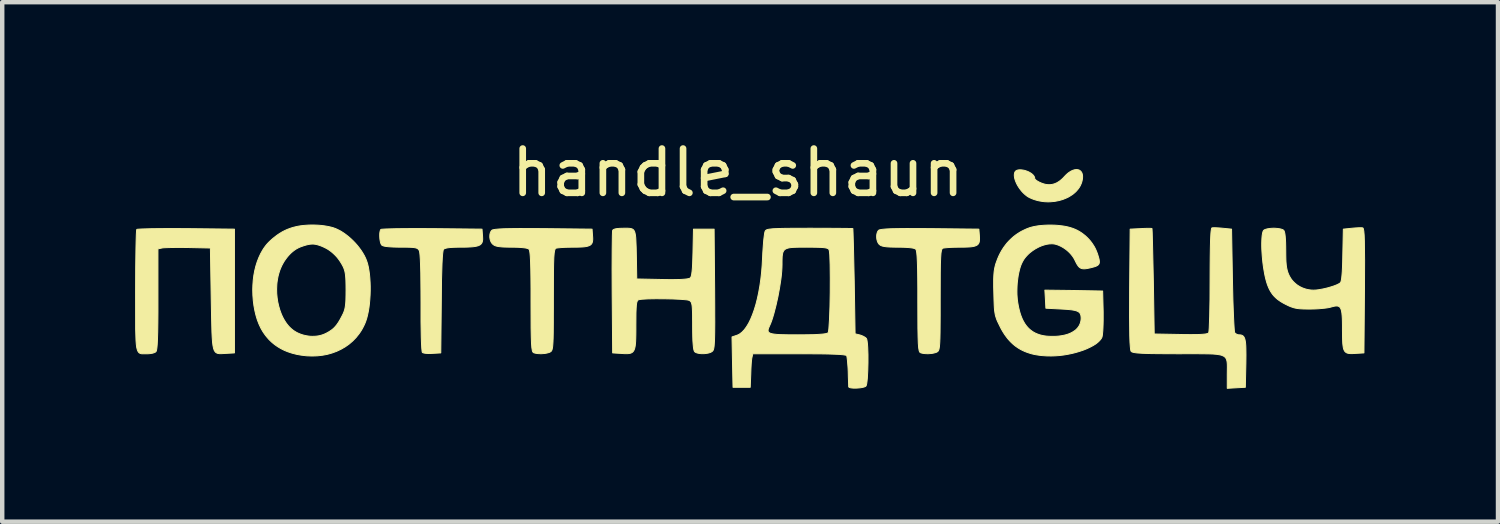
<source format=kicad_pcb>
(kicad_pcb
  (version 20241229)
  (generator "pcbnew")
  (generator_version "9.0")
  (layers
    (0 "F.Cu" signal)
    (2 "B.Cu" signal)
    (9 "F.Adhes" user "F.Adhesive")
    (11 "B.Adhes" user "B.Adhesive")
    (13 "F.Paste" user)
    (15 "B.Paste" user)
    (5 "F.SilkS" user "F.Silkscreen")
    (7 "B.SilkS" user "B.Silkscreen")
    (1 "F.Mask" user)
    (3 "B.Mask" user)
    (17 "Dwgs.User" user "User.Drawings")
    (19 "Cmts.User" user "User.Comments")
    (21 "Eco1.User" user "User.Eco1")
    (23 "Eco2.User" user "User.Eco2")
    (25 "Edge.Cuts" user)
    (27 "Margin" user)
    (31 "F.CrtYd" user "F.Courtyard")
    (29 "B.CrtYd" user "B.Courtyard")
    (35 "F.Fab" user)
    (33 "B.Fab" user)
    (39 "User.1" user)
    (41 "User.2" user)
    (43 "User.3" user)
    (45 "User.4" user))
  (footprint "handle_shaun"
    (layer "F.Cu")
    (at 13.586 3.668)
    (property "Reference" "handle_shaun" (at 0.02 -2.82 0) (unlocked yes) (layer "F.SilkS") (effects (font (size 1 1) (thickness 0.15))))
    (attr smd)
    (fp_poly (pts (xy -12.434 -1.558) (xy -11.344 -1.546) (xy -11.344 1.248) (xy -11.538 1.259) (xy -11.645 1.265) (xy -11.687 1.264) (xy -11.724 1.258) (xy -11.754 1.245) (xy -11.767 1.235) (xy -11.779 1.223) (xy -11.8 1.19) (xy -11.816 1.143) (xy -11.829 1.08) (xy -11.839 1.001) (xy -11.846 0.901) (xy -11.852 0.78) (xy -11.86 0.464) (xy -11.868 0.037) (xy -11.887 -1.12) (xy -12.392 -1.131) (xy -12.494 -1.132) (xy -12.593 -1.133) (xy -12.687 -1.132) (xy -12.772 -1.131) (xy -12.847 -1.129) (xy -12.908 -1.127) (xy -12.954 -1.124) (xy -12.97 -1.122) (xy -12.981 -1.12) (xy -13.071 -1.1) (xy -13.071 0.037) (xy -13.071 0.326) (xy -13.073 0.569) (xy -13.076 0.769) (xy -13.081 0.928) (xy -13.084 0.994) (xy -13.087 1.051) (xy -13.091 1.098) (xy -13.095 1.138) (xy -13.1 1.17) (xy -13.105 1.194) (xy -13.111 1.21) (xy -13.114 1.216) (xy -13.117 1.22) (xy -13.123 1.225) (xy -13.13 1.23) (xy -13.138 1.235) (xy -13.147 1.239) (xy -13.158 1.243) (xy -13.169 1.247) (xy -13.181 1.251) (xy -13.193 1.254) (xy -13.207 1.257) (xy -13.22 1.259) (xy -13.234 1.262) (xy -13.249 1.263) (xy -13.263 1.265) (xy -13.278 1.266) (xy -13.293 1.267) (xy -13.307 1.267) (xy -13.401 1.268) (xy -13.439 1.267) (xy -13.47 1.26) (xy -13.497 1.245) (xy -13.518 1.22) (xy -13.535 1.182) (xy -13.549 1.13) (xy -13.559 1.059) (xy -13.566 0.968) (xy -13.574 0.715) (xy -13.575 -0.146) (xy -13.573 -0.679) (xy -13.567 -1.12) (xy -13.563 -1.291) (xy -13.559 -1.422) (xy -13.554 -1.506) (xy -13.551 -1.529) (xy -13.548 -1.539) (xy -13.539 -1.542) (xy -13.52 -1.544) (xy -13.451 -1.549) (xy -13.209 -1.556) (xy -12.858 -1.559)) (stroke (width 0.022) (type solid)) (fill yes) (layer "F.SilkS"))
    (fp_poly (pts (xy -6.885 -1.558) (xy -5.756 -1.546) (xy -5.744 -1.391) (xy -5.742 -1.353) (xy -5.741 -1.318) (xy -5.744 -1.287) (xy -5.747 -1.273) (xy -5.75 -1.26) (xy -5.754 -1.248) (xy -5.76 -1.236) (xy -5.766 -1.226) (xy -5.773 -1.216) (xy -5.782 -1.207) (xy -5.791 -1.198) (xy -5.802 -1.191) (xy -5.814 -1.184) (xy -5.828 -1.177) (xy -5.843 -1.171) (xy -5.877 -1.162) (xy -5.917 -1.154) (xy -5.964 -1.148) (xy -6.018 -1.144) (xy -6.079 -1.141) (xy -6.148 -1.139) (xy -6.225 -1.139) (xy -6.27 -1.139) (xy -6.313 -1.138) (xy -6.352 -1.137) (xy -6.388 -1.136) (xy -6.422 -1.134) (xy -6.453 -1.132) (xy -6.481 -1.13) (xy -6.507 -1.127) (xy -6.53 -1.124) (xy -6.55 -1.12) (xy -6.569 -1.116) (xy -6.584 -1.111) (xy -6.598 -1.106) (xy -6.604 -1.104) (xy -6.609 -1.101) (xy -6.614 -1.098) (xy -6.618 -1.095) (xy -6.622 -1.092) (xy -6.625 -1.089) (xy -6.63 -1.078) (xy -6.635 -1.059) (xy -6.644 -0.995) (xy -6.652 -0.897) (xy -6.659 -0.765) (xy -6.67 -0.398) (xy -6.675 0.107) (xy -6.687 1.248) (xy -6.877 1.259) (xy -6.897 1.26) (xy -6.916 1.261) (xy -6.935 1.262) (xy -6.954 1.262) (xy -6.972 1.261) (xy -6.989 1.26) (xy -7.006 1.259) (xy -7.022 1.258) (xy -7.037 1.256) (xy -7.05 1.254) (xy -7.063 1.251) (xy -7.074 1.249) (xy -7.083 1.246) (xy -7.091 1.243) (xy -7.095 1.241) (xy -7.098 1.239) (xy -7.1 1.238) (xy -7.102 1.236) (xy -7.106 1.227) (xy -7.109 1.207) (xy -7.116 1.138) (xy -7.122 1.033) (xy -7.127 0.895) (xy -7.133 0.541) (xy -7.133 0.107) (xy -7.134 -0.143) (xy -7.136 -0.365) (xy -7.138 -0.558) (xy -7.143 -0.722) (xy -7.148 -0.855) (xy -7.155 -0.956) (xy -7.159 -0.995) (xy -7.163 -1.026) (xy -7.167 -1.048) (xy -7.172 -1.061) (xy -7.18 -1.074) (xy -7.187 -1.085) (xy -7.196 -1.095) (xy -7.207 -1.103) (xy -7.219 -1.11) (xy -7.233 -1.117) (xy -7.25 -1.122) (xy -7.27 -1.126) (xy -7.293 -1.13) (xy -7.321 -1.133) (xy -7.352 -1.135) (xy -7.389 -1.137) (xy -7.478 -1.139) (xy -7.591 -1.139) (xy -7.636 -1.139) (xy -7.679 -1.14) (xy -7.719 -1.141) (xy -7.757 -1.142) (xy -7.792 -1.144) (xy -7.826 -1.146) (xy -7.856 -1.148) (xy -7.885 -1.151) (xy -7.911 -1.154) (xy -7.934 -1.157) (xy -7.955 -1.161) (xy -7.973 -1.165) (xy -7.988 -1.17) (xy -8.001 -1.175) (xy -8.006 -1.177) (xy -8.011 -1.18) (xy -8.015 -1.183) (xy -8.018 -1.186) (xy -8.023 -1.191) (xy -8.027 -1.197) (xy -8.031 -1.205) (xy -8.035 -1.213) (xy -8.043 -1.233) (xy -8.049 -1.256) (xy -8.054 -1.281) (xy -8.059 -1.308) (xy -8.062 -1.336) (xy -8.064 -1.365) (xy -8.065 -1.394) (xy -8.065 -1.422) (xy -8.064 -1.448) (xy -8.061 -1.473) (xy -8.057 -1.495) (xy -8.052 -1.513) (xy -8.049 -1.521) (xy -8.046 -1.528) (xy -8.042 -1.534) (xy -8.038 -1.539) (xy -8.029 -1.542) (xy -8.009 -1.544) (xy -7.938 -1.549) (xy -7.688 -1.556) (xy -7.325 -1.559)) (stroke (width 0.022) (type solid)) (fill yes) (layer "F.SilkS"))
    (fp_poly (pts (xy 10.809 -1.577) (xy 10.844 -1.575) (xy 10.882 -1.573) (xy 10.921 -1.57) (xy 10.962 -1.566) (xy 11.163 -1.546) (xy 11.183 -0.402) (xy 11.188 -0.171) (xy 11.193 0.046) (xy 11.2 0.245) (xy 11.207 0.421) (xy 11.214 0.568) (xy 11.221 0.682) (xy 11.227 0.758) (xy 11.23 0.779) (xy 11.233 0.79) (xy 11.237 0.795) (xy 11.242 0.8) (xy 11.246 0.804) (xy 11.252 0.809) (xy 11.257 0.813) (xy 11.264 0.818) (xy 11.27 0.821) (xy 11.276 0.825) (xy 11.283 0.828) (xy 11.29 0.831) (xy 11.298 0.834) (xy 11.305 0.836) (xy 11.312 0.838) (xy 11.32 0.839) (xy 11.327 0.84) (xy 11.334 0.84) (xy 11.359 0.841) (xy 11.381 0.845) (xy 11.401 0.852) (xy 11.418 0.862) (xy 11.434 0.877) (xy 11.447 0.897) (xy 11.458 0.922) (xy 11.467 0.953) (xy 11.474 0.99) (xy 11.48 1.035) (xy 11.484 1.087) (xy 11.486 1.148) (xy 11.488 1.296) (xy 11.486 1.484) (xy 11.474 2.024) (xy 11.272 2.035) (xy 11.066 2.047) (xy 11.066 1.733) (xy 11.068 1.568) (xy 11.067 1.502) (xy 11.062 1.447) (xy 11.051 1.401) (xy 11.042 1.381) (xy 11.032 1.364) (xy 11.019 1.348) (xy 11.003 1.334) (xy 10.984 1.321) (xy 10.962 1.311) (xy 10.937 1.301) (xy 10.907 1.293) (xy 10.837 1.281) (xy 10.748 1.273) (xy 10.639 1.269) (xy 10.354 1.266) (xy 9.964 1.267) (xy 9.685 1.266) (xy 9.457 1.264) (xy 9.361 1.263) (xy 9.276 1.261) (xy 9.202 1.259) (xy 9.137 1.256) (xy 9.081 1.252) (xy 9.034 1.249) (xy 8.995 1.244) (xy 8.964 1.239) (xy 8.95 1.236) (xy 8.938 1.233) (xy 8.928 1.23) (xy 8.92 1.227) (xy 8.912 1.224) (xy 8.906 1.22) (xy 8.901 1.217) (xy 8.897 1.213) (xy 8.892 1.202) (xy 8.886 1.182) (xy 8.878 1.114) (xy 8.87 1.008) (xy 8.865 0.859) (xy 8.86 0.43) (xy 8.862 -0.192) (xy 8.874 -1.546) (xy 9.118 -1.558) (xy 9.167 -1.561) (xy 9.212 -1.562) (xy 9.254 -1.564) (xy 9.291 -1.564) (xy 9.321 -1.564) (xy 9.334 -1.563) (xy 9.345 -1.562) (xy 9.354 -1.562) (xy 9.36 -1.561) (xy 9.365 -1.559) (xy 9.366 -1.559) (xy 9.367 -1.558) (xy 9.372 -1.46) (xy 9.379 -1.202) (xy 9.398 -0.363) (xy 9.417 0.821) (xy 10.015 0.832) (xy 10.096 0.834) (xy 10.171 0.834) (xy 10.239 0.835) (xy 10.301 0.834) (xy 10.357 0.834) (xy 10.407 0.833) (xy 10.452 0.831) (xy 10.491 0.829) (xy 10.525 0.826) (xy 10.555 0.823) (xy 10.58 0.82) (xy 10.601 0.815) (xy 10.61 0.813) (xy 10.618 0.811) (xy 10.625 0.808) (xy 10.631 0.806) (xy 10.636 0.803) (xy 10.641 0.8) (xy 10.644 0.797) (xy 10.647 0.793) (xy 10.653 0.76) (xy 10.659 0.683) (xy 10.669 0.419) (xy 10.676 0.042) (xy 10.678 -0.409) (xy 10.679 -0.682) (xy 10.681 -0.917) (xy 10.684 -1.116) (xy 10.688 -1.278) (xy 10.691 -1.346) (xy 10.694 -1.405) (xy 10.697 -1.455) (xy 10.701 -1.496) (xy 10.706 -1.528) (xy 10.71 -1.552) (xy 10.713 -1.561) (xy 10.715 -1.567) (xy 10.718 -1.571) (xy 10.721 -1.574) (xy 10.726 -1.575) (xy 10.734 -1.576) (xy 10.753 -1.577) (xy 10.779 -1.578)) (stroke (width 0.022) (type solid)) (fill yes) (layer "F.SilkS"))
    (fp_poly (pts (xy 7.674 -2.89) (xy 7.689 -2.889) (xy 7.704 -2.885) (xy 7.718 -2.881) (xy 7.731 -2.875) (xy 7.742 -2.867) (xy 7.753 -2.858) (xy 7.763 -2.848) (xy 7.772 -2.836) (xy 7.78 -2.823) (xy 7.787 -2.808) (xy 7.792 -2.792) (xy 7.796 -2.775) (xy 7.799 -2.756) (xy 7.8 -2.736) (xy 7.8 -2.715) (xy 7.798 -2.692) (xy 7.795 -2.668) (xy 7.787 -2.629) (xy 7.776 -2.591) (xy 7.761 -2.555) (xy 7.744 -2.519) (xy 7.724 -2.485) (xy 7.701 -2.453) (xy 7.675 -2.422) (xy 7.648 -2.392) (xy 7.618 -2.365) (xy 7.586 -2.338) (xy 7.551 -2.314) (xy 7.515 -2.291) (xy 7.478 -2.269) (xy 7.438 -2.25) (xy 7.355 -2.216) (xy 7.267 -2.191) (xy 7.175 -2.173) (xy 7.081 -2.164) (xy 7.033 -2.162) (xy 6.985 -2.163) (xy 6.936 -2.166) (xy 6.888 -2.172) (xy 6.84 -2.18) (xy 6.791 -2.19) (xy 6.744 -2.203) (xy 6.696 -2.218) (xy 6.65 -2.236) (xy 6.604 -2.257) (xy 6.585 -2.267) (xy 6.566 -2.278) (xy 6.548 -2.29) (xy 6.529 -2.304) (xy 6.493 -2.334) (xy 6.458 -2.367) (xy 6.425 -2.403) (xy 6.394 -2.442) (xy 6.365 -2.482) (xy 6.339 -2.523) (xy 6.316 -2.565) (xy 6.297 -2.607) (xy 6.281 -2.648) (xy 6.269 -2.688) (xy 6.265 -2.708) (xy 6.262 -2.727) (xy 6.26 -2.745) (xy 6.259 -2.763) (xy 6.26 -2.78) (xy 6.262 -2.797) (xy 6.265 -2.812) (xy 6.27 -2.827) (xy 6.276 -2.839) (xy 6.283 -2.85) (xy 6.293 -2.859) (xy 6.304 -2.866) (xy 6.316 -2.873) (xy 6.33 -2.878) (xy 6.345 -2.881) (xy 6.362 -2.884) (xy 6.379 -2.885) (xy 6.397 -2.885) (xy 6.415 -2.884) (xy 6.435 -2.882) (xy 6.454 -2.879) (xy 6.474 -2.876) (xy 6.494 -2.871) (xy 6.514 -2.865) (xy 6.534 -2.858) (xy 6.553 -2.851) (xy 6.573 -2.843) (xy 6.591 -2.834) (xy 6.609 -2.824) (xy 6.626 -2.814) (xy 6.642 -2.803) (xy 6.657 -2.792) (xy 6.671 -2.78) (xy 6.683 -2.768) (xy 6.694 -2.755) (xy 6.703 -2.742) (xy 6.71 -2.729) (xy 6.716 -2.715) (xy 6.719 -2.701) (xy 6.72 -2.687) (xy 6.72 -2.685) (xy 6.721 -2.683) (xy 6.723 -2.679) (xy 6.726 -2.674) (xy 6.731 -2.668) (xy 6.737 -2.663) (xy 6.744 -2.656) (xy 6.752 -2.65) (xy 6.761 -2.643) (xy 6.771 -2.636) (xy 6.782 -2.63) (xy 6.793 -2.623) (xy 6.805 -2.616) (xy 6.818 -2.609) (xy 6.832 -2.603) (xy 6.846 -2.596) (xy 6.86 -2.59) (xy 6.878 -2.583) (xy 6.897 -2.576) (xy 6.915 -2.57) (xy 6.933 -2.565) (xy 6.951 -2.56) (xy 6.969 -2.556) (xy 6.987 -2.553) (xy 7.004 -2.551) (xy 7.022 -2.55) (xy 7.039 -2.549) (xy 7.056 -2.549) (xy 7.073 -2.55) (xy 7.09 -2.552) (xy 7.107 -2.554) (xy 7.124 -2.558) (xy 7.14 -2.562) (xy 7.157 -2.567) (xy 7.173 -2.572) (xy 7.189 -2.579) (xy 7.206 -2.586) (xy 7.222 -2.594) (xy 7.238 -2.603) (xy 7.253 -2.612) (xy 7.269 -2.623) (xy 7.285 -2.634) (xy 7.3 -2.646) (xy 7.331 -2.672) (xy 7.362 -2.701) (xy 7.392 -2.734) (xy 7.412 -2.755) (xy 7.432 -2.775) (xy 7.452 -2.793) (xy 7.472 -2.81) (xy 7.492 -2.825) (xy 7.512 -2.838) (xy 7.531 -2.85) (xy 7.551 -2.861) (xy 7.57 -2.869) (xy 7.588 -2.877) (xy 7.607 -2.882) (xy 7.624 -2.887) (xy 7.642 -2.889) (xy 7.658 -2.891)) (stroke (width 0.022) (type solid)) (fill yes) (layer "F.SilkS"))
    (fp_poly (pts (xy 4.353 -1.558) (xy 5.459 -1.546) (xy 5.471 -1.399) (xy 5.473 -1.358) (xy 5.474 -1.322) (xy 5.472 -1.29) (xy 5.471 -1.275) (xy 5.468 -1.262) (xy 5.465 -1.249) (xy 5.46 -1.237) (xy 5.455 -1.226) (xy 5.449 -1.216) (xy 5.442 -1.207) (xy 5.434 -1.198) (xy 5.424 -1.19) (xy 5.414 -1.183) (xy 5.402 -1.177) (xy 5.389 -1.171) (xy 5.375 -1.166) (xy 5.36 -1.161) (xy 5.325 -1.153) (xy 5.283 -1.147) (xy 5.236 -1.143) (xy 5.182 -1.141) (xy 5.12 -1.139) (xy 5.052 -1.139) (xy 4.981 -1.138) (xy 4.913 -1.137) (xy 4.85 -1.135) (xy 4.792 -1.132) (xy 4.741 -1.128) (xy 4.699 -1.124) (xy 4.668 -1.12) (xy 4.656 -1.118) (xy 4.648 -1.116) (xy 4.638 -1.111) (xy 4.63 -1.101) (xy 4.622 -1.087) (xy 4.615 -1.067) (xy 4.604 -1.004) (xy 4.597 -0.903) (xy 4.591 -0.756) (xy 4.588 -0.555) (xy 4.586 0.048) (xy 4.586 0.24) (xy 4.586 0.409) (xy 4.585 0.557) (xy 4.584 0.686) (xy 4.583 0.796) (xy 4.582 0.844) (xy 4.581 0.889) (xy 4.58 0.93) (xy 4.578 0.967) (xy 4.577 1.001) (xy 4.575 1.031) (xy 4.573 1.059) (xy 4.571 1.083) (xy 4.569 1.105) (xy 4.566 1.124) (xy 4.563 1.141) (xy 4.56 1.156) (xy 4.557 1.169) (xy 4.555 1.175) (xy 4.553 1.18) (xy 4.551 1.185) (xy 4.549 1.19) (xy 4.547 1.194) (xy 4.545 1.198) (xy 4.543 1.202) (xy 4.54 1.205) (xy 4.538 1.208) (xy 4.535 1.211) (xy 4.533 1.214) (xy 4.53 1.216) (xy 4.525 1.22) (xy 4.519 1.224) (xy 4.512 1.228) (xy 4.495 1.236) (xy 4.476 1.242) (xy 4.454 1.248) (xy 4.432 1.253) (xy 4.408 1.258) (xy 4.383 1.261) (xy 4.357 1.263) (xy 4.331 1.265) (xy 4.305 1.266) (xy 4.279 1.265) (xy 4.253 1.264) (xy 4.228 1.262) (xy 4.205 1.259) (xy 4.183 1.255) (xy 4.162 1.25) (xy 4.144 1.244) (xy 4.134 1.238) (xy 4.125 1.229) (xy 4.118 1.215) (xy 4.111 1.195) (xy 4.1 1.132) (xy 4.092 1.032) (xy 4.087 0.886) (xy 4.083 0.686) (xy 4.081 0.087) (xy 4.081 -0.2) (xy 4.079 -0.443) (xy 4.076 -0.642) (xy 4.071 -0.801) (xy 4.068 -0.866) (xy 4.065 -0.923) (xy 4.061 -0.971) (xy 4.057 -1.01) (xy 4.052 -1.042) (xy 4.047 -1.066) (xy 4.041 -1.083) (xy 4.038 -1.088) (xy 4.035 -1.092) (xy 4.028 -1.098) (xy 4.018 -1.103) (xy 4.005 -1.108) (xy 3.99 -1.113) (xy 3.973 -1.117) (xy 3.953 -1.121) (xy 3.906 -1.127) (xy 3.85 -1.132) (xy 3.785 -1.136) (xy 3.712 -1.138) (xy 3.631 -1.139) (xy 3.582 -1.139) (xy 3.536 -1.14) (xy 3.494 -1.141) (xy 3.456 -1.142) (xy 3.421 -1.144) (xy 3.39 -1.146) (xy 3.361 -1.149) (xy 3.336 -1.153) (xy 3.313 -1.157) (xy 3.293 -1.161) (xy 3.283 -1.163) (xy 3.275 -1.166) (xy 3.266 -1.169) (xy 3.259 -1.172) (xy 3.251 -1.175) (xy 3.245 -1.178) (xy 3.238 -1.181) (xy 3.232 -1.185) (xy 3.227 -1.189) (xy 3.222 -1.193) (xy 3.217 -1.197) (xy 3.212 -1.201) (xy 3.205 -1.208) (xy 3.199 -1.215) (xy 3.193 -1.224) (xy 3.188 -1.232) (xy 3.182 -1.241) (xy 3.178 -1.251) (xy 3.173 -1.261) (xy 3.169 -1.271) (xy 3.163 -1.293) (xy 3.157 -1.315) (xy 3.154 -1.338) (xy 3.152 -1.362) (xy 3.152 -1.385) (xy 3.153 -1.408) (xy 3.156 -1.43) (xy 3.161 -1.452) (xy 3.164 -1.462) (xy 3.167 -1.471) (xy 3.171 -1.481) (xy 3.175 -1.49) (xy 3.18 -1.498) (xy 3.185 -1.506) (xy 3.191 -1.513) (xy 3.197 -1.519) (xy 3.206 -1.526) (xy 3.222 -1.531) (xy 3.275 -1.541) (xy 3.359 -1.549) (xy 3.477 -1.555) (xy 3.631 -1.558) (xy 3.827 -1.56)) (stroke (width 0.022) (type solid)) (fill yes) (layer "F.SilkS"))
    (fp_poly (pts (xy -4.378 -1.558) (xy -3.272 -1.546) (xy -3.261 -1.399) (xy -3.258 -1.358) (xy -3.257 -1.322) (xy -3.259 -1.29) (xy -3.261 -1.275) (xy -3.263 -1.262) (xy -3.267 -1.249) (xy -3.271 -1.237) (xy -3.276 -1.226) (xy -3.282 -1.216) (xy -3.289 -1.207) (xy -3.298 -1.198) (xy -3.307 -1.19) (xy -3.317 -1.183) (xy -3.329 -1.177) (xy -3.342 -1.171) (xy -3.356 -1.166) (xy -3.371 -1.161) (xy -3.407 -1.153) (xy -3.448 -1.147) (xy -3.495 -1.143) (xy -3.549 -1.141) (xy -3.611 -1.139) (xy -3.68 -1.139) (xy -3.75 -1.138) (xy -3.818 -1.137) (xy -3.882 -1.135) (xy -3.94 -1.132) (xy -3.99 -1.128) (xy -4.032 -1.124) (xy -4.064 -1.12) (xy -4.075 -1.118) (xy -4.083 -1.116) (xy -4.093 -1.111) (xy -4.102 -1.101) (xy -4.109 -1.087) (xy -4.116 -1.067) (xy -4.127 -1.004) (xy -4.135 -0.903) (xy -4.14 -0.756) (xy -4.143 -0.555) (xy -4.145 0.048) (xy -4.145 0.24) (xy -4.146 0.409) (xy -4.146 0.557) (xy -4.147 0.686) (xy -4.148 0.796) (xy -4.149 0.844) (xy -4.15 0.889) (xy -4.151 0.93) (xy -4.153 0.967) (xy -4.154 1.001) (xy -4.156 1.031) (xy -4.158 1.059) (xy -4.16 1.083) (xy -4.162 1.105) (xy -4.165 1.124) (xy -4.168 1.141) (xy -4.171 1.156) (xy -4.174 1.169) (xy -4.176 1.175) (xy -4.178 1.18) (xy -4.18 1.185) (xy -4.182 1.19) (xy -4.184 1.194) (xy -4.186 1.198) (xy -4.189 1.202) (xy -4.191 1.205) (xy -4.193 1.208) (xy -4.196 1.211) (xy -4.198 1.214) (xy -4.201 1.216) (xy -4.207 1.22) (xy -4.213 1.224) (xy -4.219 1.228) (xy -4.236 1.236) (xy -4.256 1.242) (xy -4.277 1.248) (xy -4.3 1.253) (xy -4.324 1.258) (xy -4.349 1.261) (xy -4.374 1.263) (xy -4.4 1.265) (xy -4.427 1.266) (xy -4.453 1.265) (xy -4.478 1.264) (xy -4.503 1.262) (xy -4.526 1.259) (xy -4.549 1.255) (xy -4.569 1.25) (xy -4.588 1.244) (xy -4.597 1.238) (xy -4.606 1.229) (xy -4.614 1.215) (xy -4.62 1.195) (xy -4.631 1.132) (xy -4.639 1.032) (xy -4.644 0.886) (xy -4.648 0.686) (xy -4.65 0.087) (xy -4.65 -0.2) (xy -4.652 -0.443) (xy -4.655 -0.642) (xy -4.66 -0.801) (xy -4.663 -0.866) (xy -4.666 -0.923) (xy -4.67 -0.971) (xy -4.674 -1.01) (xy -4.679 -1.042) (xy -4.684 -1.066) (xy -4.69 -1.083) (xy -4.693 -1.088) (xy -4.696 -1.092) (xy -4.704 -1.098) (xy -4.713 -1.103) (xy -4.725 -1.108) (xy -4.74 -1.113) (xy -4.757 -1.117) (xy -4.777 -1.121) (xy -4.823 -1.127) (xy -4.878 -1.132) (xy -4.941 -1.136) (xy -5.013 -1.138) (xy -5.092 -1.139) (xy -5.14 -1.139) (xy -5.185 -1.14) (xy -5.226 -1.141) (xy -5.263 -1.142) (xy -5.297 -1.144) (xy -5.328 -1.147) (xy -5.356 -1.15) (xy -5.382 -1.153) (xy -5.405 -1.157) (xy -5.425 -1.162) (xy -5.444 -1.167) (xy -5.452 -1.17) (xy -5.461 -1.173) (xy -5.468 -1.177) (xy -5.475 -1.18) (xy -5.482 -1.184) (xy -5.489 -1.188) (xy -5.495 -1.192) (xy -5.501 -1.196) (xy -5.506 -1.2) (xy -5.511 -1.205) (xy -5.519 -1.212) (xy -5.526 -1.219) (xy -5.532 -1.227) (xy -5.539 -1.236) (xy -5.544 -1.245) (xy -5.55 -1.254) (xy -5.555 -1.264) (xy -5.559 -1.274) (xy -5.563 -1.284) (xy -5.567 -1.295) (xy -5.573 -1.317) (xy -5.577 -1.339) (xy -5.58 -1.362) (xy -5.58 -1.385) (xy -5.579 -1.408) (xy -5.577 -1.43) (xy -5.574 -1.44) (xy -5.572 -1.451) (xy -5.569 -1.461) (xy -5.565 -1.47) (xy -5.561 -1.48) (xy -5.557 -1.489) (xy -5.552 -1.497) (xy -5.547 -1.505) (xy -5.541 -1.512) (xy -5.535 -1.519) (xy -5.525 -1.526) (xy -5.509 -1.531) (xy -5.456 -1.541) (xy -5.372 -1.549) (xy -5.255 -1.555) (xy -5.1 -1.558) (xy -4.904 -1.56)) (stroke (width 0.022) (type solid)) (fill yes) (layer "F.SilkS"))
    (fp_poly (pts (xy -2.465 -1.566) (xy -2.428 -1.564) (xy -2.396 -1.559) (xy -2.369 -1.551) (xy -2.358 -1.545) (xy -2.347 -1.538) (xy -2.337 -1.53) (xy -2.329 -1.519) (xy -2.321 -1.507) (xy -2.314 -1.494) (xy -2.308 -1.478) (xy -2.303 -1.46) (xy -2.294 -1.417) (xy -2.287 -1.364) (xy -2.283 -1.299) (xy -2.276 -1.132) (xy -2.271 -0.906) (xy -2.263 -0.421) (xy -1.685 -0.409) (xy -1.549 -0.407) (xy -1.43 -0.407) (xy -1.376 -0.408) (xy -1.327 -0.409) (xy -1.281 -0.41) (xy -1.24 -0.412) (xy -1.203 -0.415) (xy -1.169 -0.418) (xy -1.14 -0.421) (xy -1.115 -0.425) (xy -1.094 -0.429) (xy -1.078 -0.434) (xy -1.071 -0.436) (xy -1.065 -0.439) (xy -1.06 -0.442) (xy -1.056 -0.444) (xy -1.049 -0.452) (xy -1.043 -0.462) (xy -1.037 -0.475) (xy -1.031 -0.492) (xy -1.026 -0.512) (xy -1.022 -0.536) (xy -1.014 -0.596) (xy -1.007 -0.672) (xy -1.002 -0.766) (xy -0.998 -0.88) (xy -0.994 -1.015) (xy -0.983 -1.546) (xy -0.517 -1.546) (xy -0.505 -0.188) (xy -0.503 0.227) (xy -0.503 0.399) (xy -0.502 0.549) (xy -0.503 0.679) (xy -0.504 0.791) (xy -0.506 0.885) (xy -0.508 0.964) (xy -0.51 0.998) (xy -0.512 1.028) (xy -0.514 1.056) (xy -0.516 1.081) (xy -0.518 1.103) (xy -0.521 1.122) (xy -0.524 1.139) (xy -0.527 1.154) (xy -0.531 1.166) (xy -0.534 1.177) (xy -0.539 1.187) (xy -0.543 1.195) (xy -0.548 1.202) (xy -0.553 1.207) (xy -0.558 1.212) (xy -0.564 1.216) (xy -0.572 1.222) (xy -0.581 1.227) (xy -0.591 1.232) (xy -0.601 1.237) (xy -0.625 1.245) (xy -0.65 1.252) (xy -0.678 1.257) (xy -0.707 1.261) (xy -0.737 1.264) (xy -0.767 1.265) (xy -0.797 1.265) (xy -0.826 1.263) (xy -0.854 1.259) (xy -0.88 1.255) (xy -0.903 1.248) (xy -0.914 1.245) (xy -0.924 1.241) (xy -0.933 1.236) (xy -0.942 1.231) (xy -0.949 1.226) (xy -0.956 1.22) (xy -0.961 1.213) (xy -0.966 1.201) (xy -0.971 1.186) (xy -0.976 1.168) (xy -0.984 1.119) (xy -0.99 1.054) (xy -0.996 0.975) (xy -0.999 0.879) (xy -1.001 0.767) (xy -1.002 0.638) (xy -1.002 0.552) (xy -1.003 0.475) (xy -1.003 0.407) (xy -1.004 0.348) (xy -1.005 0.321) (xy -1.006 0.296) (xy -1.007 0.273) (xy -1.008 0.252) (xy -1.009 0.232) (xy -1.011 0.214) (xy -1.012 0.198) (xy -1.014 0.182) (xy -1.016 0.168) (xy -1.018 0.156) (xy -1.021 0.144) (xy -1.024 0.134) (xy -1.026 0.124) (xy -1.029 0.116) (xy -1.033 0.108) (xy -1.036 0.101) (xy -1.04 0.095) (xy -1.045 0.089) (xy -1.049 0.084) (xy -1.054 0.08) (xy -1.059 0.075) (xy -1.064 0.071) (xy -1.07 0.068) (xy -1.076 0.064) (xy -1.101 0.056) (xy -1.144 0.049) (xy -1.274 0.038) (xy -1.446 0.03) (xy -1.639 0.026) (xy -1.834 0.025) (xy -2.009 0.028) (xy -2.145 0.036) (xy -2.191 0.042) (xy -2.221 0.048) (xy -2.23 0.053) (xy -2.239 0.06) (xy -2.246 0.069) (xy -2.253 0.081) (xy -2.259 0.097) (xy -2.264 0.116) (xy -2.268 0.14) (xy -2.272 0.169) (xy -2.277 0.243) (xy -2.281 0.343) (xy -2.282 0.47) (xy -2.283 0.631) (xy -2.283 0.743) (xy -2.284 0.841) (xy -2.286 0.927) (xy -2.289 1.001) (xy -2.292 1.033) (xy -2.295 1.063) (xy -2.298 1.09) (xy -2.303 1.115) (xy -2.308 1.138) (xy -2.314 1.158) (xy -2.321 1.176) (xy -2.328 1.192) (xy -2.337 1.206) (xy -2.347 1.219) (xy -2.357 1.229) (xy -2.369 1.238) (xy -2.383 1.246) (xy -2.397 1.252) (xy -2.413 1.257) (xy -2.43 1.26) (xy -2.449 1.263) (xy -2.469 1.264) (xy -2.49 1.265) (xy -2.514 1.265) (xy -2.565 1.263) (xy -2.624 1.259) (xy -2.807 1.248) (xy -2.818 -0.111) (xy -2.82 -0.641) (xy -2.818 -1.084) (xy -2.814 -1.391) (xy -2.811 -1.479) (xy -2.809 -1.504) (xy -2.807 -1.515) (xy -2.804 -1.522) (xy -2.799 -1.528) (xy -2.792 -1.533) (xy -2.784 -1.538) (xy -2.774 -1.543) (xy -2.763 -1.547) (xy -2.75 -1.55) (xy -2.735 -1.554) (xy -2.718 -1.557) (xy -2.7 -1.559) (xy -2.681 -1.561) (xy -2.659 -1.563) (xy -2.612 -1.565) (xy -2.558 -1.566)) (stroke (width 0.022) (type solid)) (fill yes) (layer "F.SilkS"))
    (fp_poly (pts (xy 14.09 -1.577) (xy 14.101 -1.577) (xy 14.11 -1.576) (xy 14.118 -1.575) (xy 14.124 -1.574) (xy 14.131 -1.568) (xy 14.137 -1.555) (xy 14.148 -1.502) (xy 14.156 -1.411) (xy 14.161 -1.274) (xy 14.166 -0.84) (xy 14.163 -0.153) (xy 14.151 1.248) (xy 13.965 1.259) (xy 13.915 1.262) (xy 13.871 1.263) (xy 13.832 1.262) (xy 13.799 1.258) (xy 13.784 1.254) (xy 13.77 1.25) (xy 13.758 1.244) (xy 13.746 1.237) (xy 13.736 1.229) (xy 13.726 1.22) (xy 13.717 1.209) (xy 13.71 1.197) (xy 13.703 1.183) (xy 13.696 1.167) (xy 13.691 1.149) (xy 13.686 1.13) (xy 13.679 1.086) (xy 13.673 1.033) (xy 13.67 0.971) (xy 13.668 0.899) (xy 13.666 0.724) (xy 13.666 0.629) (xy 13.665 0.545) (xy 13.663 0.472) (xy 13.659 0.408) (xy 13.656 0.38) (xy 13.654 0.354) (xy 13.65 0.33) (xy 13.646 0.308) (xy 13.642 0.288) (xy 13.636 0.271) (xy 13.631 0.255) (xy 13.624 0.241) (xy 13.617 0.229) (xy 13.609 0.218) (xy 13.6 0.21) (xy 13.591 0.203) (xy 13.58 0.197) (xy 13.569 0.193) (xy 13.557 0.19) (xy 13.544 0.188) (xy 13.529 0.188) (xy 13.514 0.189) (xy 13.498 0.191) (xy 13.48 0.194) (xy 13.462 0.198) (xy 13.442 0.203) (xy 13.399 0.215) (xy 13.362 0.224) (xy 13.315 0.232) (xy 13.26 0.239) (xy 13.198 0.245) (xy 13.131 0.251) (xy 13.061 0.255) (xy 12.991 0.257) (xy 12.921 0.258) (xy 12.828 0.257) (xy 12.786 0.256) (xy 12.748 0.254) (xy 12.713 0.252) (xy 12.68 0.249) (xy 12.649 0.245) (xy 12.62 0.24) (xy 12.591 0.234) (xy 12.564 0.227) (xy 12.537 0.218) (xy 12.51 0.209) (xy 12.482 0.198) (xy 12.454 0.186) (xy 12.425 0.172) (xy 12.394 0.157) (xy 12.34 0.129) (xy 12.29 0.1) (xy 12.244 0.07) (xy 12.201 0.039) (xy 12.163 0.006) (xy 12.127 -0.029) (xy 12.094 -0.067) (xy 12.065 -0.107) (xy 12.038 -0.15) (xy 12.013 -0.197) (xy 11.991 -0.247) (xy 11.97 -0.301) (xy 11.952 -0.359) (xy 11.935 -0.421) (xy 11.919 -0.489) (xy 11.905 -0.561) (xy 11.892 -0.636) (xy 11.88 -0.713) (xy 11.87 -0.791) (xy 11.862 -0.868) (xy 11.855 -0.945) (xy 11.85 -1.021) (xy 11.846 -1.094) (xy 11.844 -1.164) (xy 11.844 -1.23) (xy 11.846 -1.291) (xy 11.849 -1.347) (xy 11.853 -1.397) (xy 11.86 -1.44) (xy 11.868 -1.475) (xy 11.872 -1.49) (xy 11.878 -1.502) (xy 11.883 -1.512) (xy 11.889 -1.519) (xy 11.895 -1.524) (xy 11.903 -1.529) (xy 11.912 -1.534) (xy 11.922 -1.538) (xy 11.934 -1.542) (xy 11.947 -1.546) (xy 11.961 -1.55) (xy 11.975 -1.553) (xy 11.991 -1.556) (xy 12.008 -1.558) (xy 12.024 -1.561) (xy 12.042 -1.562) (xy 12.06 -1.564) (xy 12.078 -1.565) (xy 12.096 -1.566) (xy 12.114 -1.566) (xy 12.132 -1.566) (xy 12.151 -1.565) (xy 12.169 -1.564) (xy 12.186 -1.562) (xy 12.204 -1.561) (xy 12.221 -1.558) (xy 12.237 -1.556) (xy 12.253 -1.553) (xy 12.268 -1.55) (xy 12.282 -1.546) (xy 12.295 -1.542) (xy 12.306 -1.538) (xy 12.317 -1.534) (xy 12.326 -1.529) (xy 12.333 -1.524) (xy 12.336 -1.522) (xy 12.339 -1.519) (xy 12.345 -1.512) (xy 12.35 -1.502) (xy 12.355 -1.488) (xy 12.36 -1.472) (xy 12.364 -1.453) (xy 12.368 -1.432) (xy 12.374 -1.38) (xy 12.379 -1.317) (xy 12.383 -1.243) (xy 12.385 -1.159) (xy 12.386 -1.065) (xy 12.387 -0.953) (xy 12.388 -0.903) (xy 12.389 -0.857) (xy 12.391 -0.815) (xy 12.394 -0.777) (xy 12.397 -0.741) (xy 12.401 -0.708) (xy 12.406 -0.677) (xy 12.412 -0.648) (xy 12.418 -0.621) (xy 12.425 -0.595) (xy 12.433 -0.571) (xy 12.442 -0.546) (xy 12.452 -0.523) (xy 12.463 -0.499) (xy 12.483 -0.462) (xy 12.505 -0.427) (xy 12.53 -0.393) (xy 12.557 -0.362) (xy 12.587 -0.333) (xy 12.618 -0.306) (xy 12.651 -0.281) (xy 12.687 -0.258) (xy 12.723 -0.238) (xy 12.762 -0.22) (xy 12.801 -0.205) (xy 12.842 -0.192) (xy 12.884 -0.182) (xy 12.927 -0.175) (xy 12.97 -0.17) (xy 13.014 -0.169) (xy 13.048 -0.17) (xy 13.086 -0.173) (xy 13.126 -0.178) (xy 13.168 -0.185) (xy 13.212 -0.193) (xy 13.256 -0.202) (xy 13.301 -0.213) (xy 13.346 -0.224) (xy 13.389 -0.237) (xy 13.431 -0.25) (xy 13.471 -0.263) (xy 13.508 -0.277) (xy 13.542 -0.291) (xy 13.571 -0.305) (xy 13.596 -0.319) (xy 13.616 -0.332) (xy 13.622 -0.339) (xy 13.628 -0.35) (xy 13.634 -0.365) (xy 13.639 -0.384) (xy 13.648 -0.435) (xy 13.655 -0.504) (xy 13.662 -0.59) (xy 13.667 -0.694) (xy 13.671 -0.818) (xy 13.674 -0.961) (xy 13.686 -1.546) (xy 13.88 -1.566) (xy 13.92 -1.57) (xy 13.96 -1.573) (xy 13.998 -1.575) (xy 14.033 -1.577) (xy 14.064 -1.578)) (stroke (width 0.022) (type solid)) (fill yes) (layer "F.SilkS"))
    (fp_poly (pts (xy 2.015 -1.565) (xy 2.325 -1.563) (xy 2.535 -1.561) (xy 2.593 -1.56) (xy 2.615 -1.558) (xy 2.619 -1.46) (xy 2.627 -1.203) (xy 2.646 -0.367) (xy 2.665 0.817) (xy 2.778 0.844) (xy 2.789 0.848) (xy 2.801 0.852) (xy 2.813 0.856) (xy 2.824 0.861) (xy 2.835 0.866) (xy 2.846 0.871) (xy 2.857 0.876) (xy 2.867 0.882) (xy 2.876 0.887) (xy 2.885 0.893) (xy 2.893 0.898) (xy 2.901 0.904) (xy 2.907 0.909) (xy 2.913 0.915) (xy 2.915 0.918) (xy 2.918 0.92) (xy 2.92 0.923) (xy 2.921 0.925) (xy 2.926 0.936) (xy 2.931 0.95) (xy 2.938 0.993) (xy 2.945 1.05) (xy 2.95 1.12) (xy 2.956 1.286) (xy 2.956 1.471) (xy 2.951 1.655) (xy 2.942 1.818) (xy 2.935 1.884) (xy 2.928 1.938) (xy 2.919 1.976) (xy 2.914 1.989) (xy 2.91 1.996) (xy 2.904 2.001) (xy 2.897 2.006) (xy 2.889 2.01) (xy 2.879 2.014) (xy 2.856 2.021) (xy 2.829 2.027) (xy 2.799 2.033) (xy 2.768 2.037) (xy 2.734 2.04) (xy 2.701 2.042) (xy 2.668 2.043) (xy 2.636 2.043) (xy 2.606 2.041) (xy 2.58 2.038) (xy 2.557 2.034) (xy 2.548 2.031) (xy 2.539 2.028) (xy 2.533 2.024) (xy 2.527 2.021) (xy 2.523 2.017) (xy 2.521 2.012) (xy 2.517 1.899) (xy 2.513 1.792) (xy 2.51 1.667) (xy 2.507 1.603) (xy 2.503 1.542) (xy 2.498 1.485) (xy 2.494 1.433) (xy 2.489 1.388) (xy 2.484 1.351) (xy 2.482 1.337) (xy 2.479 1.325) (xy 2.477 1.316) (xy 2.475 1.31) (xy 2.468 1.304) (xy 2.453 1.299) (xy 2.4 1.29) (xy 2.316 1.282) (xy 2.2 1.277) (xy 2.051 1.272) (xy 1.87 1.269) (xy 1.404 1.267) (xy 0.356 1.267) (xy 0.337 1.352) (xy 0.332 1.377) (xy 0.328 1.411) (xy 0.324 1.453) (xy 0.32 1.502) (xy 0.314 1.613) (xy 0.31 1.733) (xy 0.298 2.024) (xy -0.09 2.024) (xy -0.102 1.457) (xy -0.113 0.887) (xy 0.003 0.848) (xy 0.031 0.836) (xy 0.058 0.821) (xy 0.112 0.78) (xy 0.144 0.747) (xy 0.701 0.747) (xy 0.702 0.757) (xy 0.705 0.766) (xy 0.71 0.775) (xy 0.717 0.783) (xy 0.726 0.79) (xy 0.736 0.797) (xy 0.764 0.809) (xy 0.801 0.818) (xy 0.848 0.825) (xy 0.905 0.831) (xy 0.974 0.835) (xy 1.148 0.839) (xy 1.377 0.84) (xy 1.53 0.839) (xy 1.663 0.837) (xy 1.722 0.836) (xy 1.776 0.834) (xy 1.825 0.831) (xy 1.869 0.828) (xy 1.908 0.825) (xy 1.943 0.822) (xy 1.973 0.818) (xy 1.998 0.814) (xy 2.019 0.809) (xy 2.036 0.804) (xy 2.042 0.802) (xy 2.048 0.799) (xy 2.052 0.796) (xy 2.056 0.793) (xy 2.065 0.766) (xy 2.073 0.704) (xy 2.087 0.497) (xy 2.098 0.211) (xy 2.104 -0.116) (xy 2.105 -0.446) (xy 2.102 -0.741) (xy 2.094 -0.964) (xy 2.087 -1.037) (xy 2.079 -1.077) (xy 2.075 -1.086) (xy 2.068 -1.094) (xy 2.06 -1.101) (xy 2.049 -1.108) (xy 2.035 -1.114) (xy 2.017 -1.119) (xy 1.996 -1.123) (xy 1.971 -1.127) (xy 1.941 -1.13) (xy 1.906 -1.133) (xy 1.821 -1.136) (xy 1.711 -1.138) (xy 1.575 -1.139) (xy 1.39 -1.138) (xy 1.316 -1.136) (xy 1.252 -1.133) (xy 1.223 -1.13) (xy 1.197 -1.127) (xy 1.174 -1.123) (xy 1.152 -1.118) (xy 1.133 -1.112) (xy 1.115 -1.106) (xy 1.1 -1.098) (xy 1.086 -1.09) (xy 1.073 -1.08) (xy 1.063 -1.069) (xy 1.053 -1.056) (xy 1.045 -1.042) (xy 1.038 -1.027) (xy 1.033 -1.01) (xy 1.028 -0.992) (xy 1.025 -0.972) (xy 1.022 -0.95) (xy 1.019 -0.927) (xy 1.017 -0.874) (xy 1.016 -0.813) (xy 1.016 -0.743) (xy 1.014 -0.672) (xy 1.009 -0.592) (xy 1.001 -0.506) (xy 0.99 -0.414) (xy 0.96 -0.219) (xy 0.923 -0.018) (xy 0.879 0.178) (xy 0.832 0.36) (xy 0.808 0.441) (xy 0.784 0.515) (xy 0.76 0.58) (xy 0.736 0.634) (xy 0.721 0.668) (xy 0.709 0.698) (xy 0.702 0.724) (xy 0.701 0.747) (xy 0.144 0.747) (xy 0.164 0.726) (xy 0.214 0.658) (xy 0.262 0.579) (xy 0.307 0.488) (xy 0.349 0.387) (xy 0.389 0.275) (xy 0.426 0.154) (xy 0.459 0.024) (xy 0.489 -0.115) (xy 0.515 -0.26) (xy 0.537 -0.413) (xy 0.555 -0.572) (xy 0.568 -0.737) (xy 0.577 -0.906) (xy 0.582 -1.013) (xy 0.589 -1.115) (xy 0.596 -1.21) (xy 0.603 -1.296) (xy 0.612 -1.371) (xy 0.62 -1.431) (xy 0.624 -1.455) (xy 0.628 -1.475) (xy 0.632 -1.49) (xy 0.636 -1.5) (xy 0.642 -1.51) (xy 0.651 -1.519) (xy 0.664 -1.528) (xy 0.681 -1.535) (xy 0.704 -1.541) (xy 0.734 -1.546) (xy 0.817 -1.555) (xy 0.941 -1.56) (xy 1.113 -1.564) (xy 1.637 -1.566)) (stroke (width 0.022) (type solid)) (fill yes) (layer "F.SilkS"))
    (fp_poly (pts (xy -9.499 -1.637) (xy -9.44 -1.634) (xy -9.382 -1.629) (xy -9.324 -1.622) (xy -9.269 -1.613) (xy -9.215 -1.603) (xy -9.164 -1.591) (xy -9.116 -1.578) (xy -9.06 -1.558) (xy -9.004 -1.532) (xy -8.946 -1.502) (xy -8.889 -1.466) (xy -8.832 -1.426) (xy -8.776 -1.382) (xy -8.721 -1.335) (xy -8.668 -1.285) (xy -8.617 -1.232) (xy -8.569 -1.177) (xy -8.524 -1.12) (xy -8.482 -1.062) (xy -8.445 -1.004) (xy -8.411 -0.945) (xy -8.383 -0.887) (xy -8.36 -0.829) (xy -8.339 -0.764) (xy -8.322 -0.692) (xy -8.308 -0.613) (xy -8.296 -0.528) (xy -8.288 -0.44) (xy -8.282 -0.347) (xy -8.279 -0.253) (xy -8.279 -0.157) (xy -8.282 -0.061) (xy -8.288 0.035) (xy -8.296 0.128) (xy -8.307 0.219) (xy -8.321 0.305) (xy -8.338 0.386) (xy -8.357 0.462) (xy -8.379 0.53) (xy -8.399 0.582) (xy -8.422 0.632) (xy -8.447 0.681) (xy -8.473 0.728) (xy -8.502 0.774) (xy -8.533 0.818) (xy -8.6 0.902) (xy -8.674 0.978) (xy -8.755 1.048) (xy -8.843 1.11) (xy -8.936 1.164) (xy -9.035 1.211) (xy -9.138 1.249) (xy -9.247 1.28) (xy -9.359 1.301) (xy -9.475 1.314) (xy -9.595 1.318) (xy -9.717 1.313) (xy -9.842 1.298) (xy -9.945 1.279) (xy -10.043 1.254) (xy -10.137 1.223) (xy -10.182 1.205) (xy -10.226 1.186) (xy -10.268 1.165) (xy -10.309 1.143) (xy -10.349 1.119) (xy -10.388 1.094) (xy -10.425 1.068) (xy -10.461 1.04) (xy -10.496 1.011) (xy -10.529 0.98) (xy -10.562 0.948) (xy -10.592 0.914) (xy -10.622 0.879) (xy -10.65 0.843) (xy -10.677 0.805) (xy -10.703 0.766) (xy -10.727 0.725) (xy -10.75 0.684) (xy -10.791 0.596) (xy -10.827 0.503) (xy -10.857 0.404) (xy -10.882 0.301) (xy -10.904 0.183) (xy -10.919 0.065) (xy -10.928 -0.052) (xy -10.931 -0.168) (xy -10.931 -0.193) (xy -10.392 -0.193) (xy -10.39 -0.096) (xy -10.381 0.000394) (xy -10.367 0.095) (xy -10.346 0.188) (xy -10.32 0.278) (xy -10.289 0.363) (xy -10.271 0.405) (xy -10.252 0.445) (xy -10.232 0.483) (xy -10.21 0.52) (xy -10.188 0.555) (xy -10.164 0.589) (xy -10.139 0.621) (xy -10.113 0.651) (xy -10.085 0.679) (xy -10.057 0.705) (xy -10.028 0.729) (xy -9.997 0.751) (xy -9.957 0.776) (xy -9.915 0.798) (xy -9.871 0.817) (xy -9.826 0.834) (xy -9.78 0.847) (xy -9.733 0.858) (xy -9.686 0.866) (xy -9.639 0.872) (xy -9.591 0.874) (xy -9.544 0.873) (xy -9.498 0.87) (xy -9.452 0.864) (xy -9.408 0.855) (xy -9.364 0.842) (xy -9.323 0.827) (xy -9.283 0.809) (xy -9.25 0.792) (xy -9.22 0.775) (xy -9.192 0.758) (xy -9.166 0.74) (xy -9.141 0.722) (xy -9.118 0.703) (xy -9.096 0.683) (xy -9.076 0.662) (xy -9.056 0.639) (xy -9.036 0.615) (xy -9.017 0.588) (xy -8.997 0.559) (xy -8.978 0.527) (xy -8.957 0.492) (xy -8.937 0.454) (xy -8.915 0.413) (xy -8.888 0.359) (xy -8.877 0.333) (xy -8.868 0.308) (xy -8.859 0.281) (xy -8.852 0.255) (xy -8.846 0.226) (xy -8.841 0.196) (xy -8.837 0.164) (xy -8.833 0.129) (xy -8.83 0.09) (xy -8.828 0.048) (xy -8.826 -0.05) (xy -8.825 -0.169) (xy -8.826 -0.286) (xy -8.827 -0.337) (xy -8.828 -0.383) (xy -8.83 -0.425) (xy -8.833 -0.463) (xy -8.836 -0.498) (xy -8.84 -0.53) (xy -8.845 -0.56) (xy -8.85 -0.587) (xy -8.857 -0.613) (xy -8.865 -0.638) (xy -8.873 -0.661) (xy -8.883 -0.685) (xy -8.894 -0.708) (xy -8.907 -0.732) (xy -8.927 -0.768) (xy -8.949 -0.803) (xy -8.971 -0.837) (xy -8.995 -0.87) (xy -9.02 -0.902) (xy -9.046 -0.932) (xy -9.074 -0.961) (xy -9.102 -0.988) (xy -9.131 -1.014) (xy -9.161 -1.039) (xy -9.192 -1.062) (xy -9.224 -1.084) (xy -9.257 -1.104) (xy -9.291 -1.122) (xy -9.326 -1.139) (xy -9.361 -1.155) (xy -9.393 -1.168) (xy -9.424 -1.179) (xy -9.453 -1.188) (xy -9.481 -1.196) (xy -9.508 -1.202) (xy -9.534 -1.206) (xy -9.56 -1.209) (xy -9.586 -1.209) (xy -9.613 -1.208) (xy -9.64 -1.205) (xy -9.669 -1.201) (xy -9.699 -1.194) (xy -9.73 -1.186) (xy -9.764 -1.176) (xy -9.8 -1.164) (xy -9.838 -1.151) (xy -9.878 -1.135) (xy -9.917 -1.116) (xy -9.956 -1.094) (xy -9.994 -1.068) (xy -10.031 -1.039) (xy -10.067 -1.008) (xy -10.101 -0.974) (xy -10.134 -0.937) (xy -10.166 -0.898) (xy -10.196 -0.857) (xy -10.225 -0.814) (xy -10.251 -0.769) (xy -10.276 -0.722) (xy -10.298 -0.673) (xy -10.318 -0.624) (xy -10.335 -0.572) (xy -10.348 -0.527) (xy -10.36 -0.481) (xy -10.369 -0.434) (xy -10.377 -0.386) (xy -10.384 -0.338) (xy -10.388 -0.29) (xy -10.392 -0.193) (xy -10.931 -0.193) (xy -10.928 -0.282) (xy -10.92 -0.394) (xy -10.906 -0.504) (xy -10.886 -0.61) (xy -10.861 -0.712) (xy -10.83 -0.81) (xy -10.794 -0.903) (xy -10.753 -0.991) (xy -10.707 -1.073) (xy -10.682 -1.112) (xy -10.656 -1.149) (xy -10.629 -1.184) (xy -10.601 -1.217) (xy -10.571 -1.249) (xy -10.54 -1.279) (xy -10.507 -1.309) (xy -10.474 -1.338) (xy -10.441 -1.364) (xy -10.409 -1.389) (xy -10.377 -1.413) (xy -10.345 -1.435) (xy -10.313 -1.455) (xy -10.281 -1.475) (xy -10.249 -1.493) (xy -10.217 -1.509) (xy -10.184 -1.525) (xy -10.15 -1.54) (xy -10.115 -1.553) (xy -10.08 -1.566) (xy -10.043 -1.578) (xy -10.005 -1.589) (xy -9.956 -1.601) (xy -9.905 -1.612) (xy -9.851 -1.621) (xy -9.795 -1.628) (xy -9.737 -1.633) (xy -9.678 -1.637) (xy -9.619 -1.639) (xy -9.559 -1.639)) (stroke (width 0.022) (type solid)) (fill yes) (layer "F.SilkS"))
    (fp_poly (pts (xy 7.112 -1.637) (xy 7.175 -1.635) (xy 7.238 -1.631) (xy 7.299 -1.624) (xy 7.359 -1.617) (xy 7.416 -1.607) (xy 7.472 -1.595) (xy 7.523 -1.581) (xy 7.576 -1.564) (xy 7.627 -1.544) (xy 7.677 -1.521) (xy 7.726 -1.494) (xy 7.772 -1.465) (xy 7.817 -1.432) (xy 7.86 -1.398) (xy 7.901 -1.36) (xy 7.94 -1.32) (xy 7.976 -1.279) (xy 8.01 -1.234) (xy 8.041 -1.188) (xy 8.07 -1.141) (xy 8.095 -1.091) (xy 8.117 -1.04) (xy 8.137 -0.988) (xy 8.15 -0.946) (xy 8.161 -0.909) (xy 8.17 -0.877) (xy 8.173 -0.862) (xy 8.176 -0.847) (xy 8.177 -0.834) (xy 8.179 -0.822) (xy 8.179 -0.81) (xy 8.179 -0.799) (xy 8.178 -0.789) (xy 8.176 -0.779) (xy 8.173 -0.77) (xy 8.169 -0.762) (xy 8.165 -0.754) (xy 8.159 -0.747) (xy 8.153 -0.74) (xy 8.146 -0.734) (xy 8.137 -0.727) (xy 8.128 -0.722) (xy 8.118 -0.716) (xy 8.107 -0.711) (xy 8.094 -0.706) (xy 8.081 -0.701) (xy 8.051 -0.692) (xy 8.017 -0.683) (xy 7.978 -0.673) (xy 7.94 -0.665) (xy 7.906 -0.658) (xy 7.875 -0.653) (xy 7.861 -0.652) (xy 7.848 -0.651) (xy 7.835 -0.65) (xy 7.823 -0.651) (xy 7.811 -0.651) (xy 7.8 -0.653) (xy 7.789 -0.655) (xy 7.779 -0.657) (xy 7.769 -0.661) (xy 7.76 -0.665) (xy 7.751 -0.669) (xy 7.742 -0.675) (xy 7.734 -0.681) (xy 7.725 -0.688) (xy 7.717 -0.696) (xy 7.71 -0.704) (xy 7.702 -0.713) (xy 7.694 -0.724) (xy 7.687 -0.735) (xy 7.679 -0.746) (xy 7.664 -0.773) (xy 7.648 -0.803) (xy 7.632 -0.836) (xy 7.616 -0.868) (xy 7.598 -0.899) (xy 7.578 -0.93) (xy 7.555 -0.959) (xy 7.531 -0.988) (xy 7.505 -1.016) (xy 7.478 -1.042) (xy 7.449 -1.067) (xy 7.419 -1.091) (xy 7.388 -1.113) (xy 7.356 -1.133) (xy 7.323 -1.152) (xy 7.29 -1.168) (xy 7.257 -1.183) (xy 7.223 -1.195) (xy 7.19 -1.205) (xy 7.167 -1.21) (xy 7.144 -1.213) (xy 7.12 -1.215) (xy 7.095 -1.215) (xy 7.07 -1.214) (xy 7.044 -1.212) (xy 7.018 -1.208) (xy 6.991 -1.204) (xy 6.965 -1.198) (xy 6.938 -1.19) (xy 6.911 -1.182) (xy 6.884 -1.173) (xy 6.829 -1.151) (xy 6.776 -1.124) (xy 6.724 -1.095) (xy 6.673 -1.061) (xy 6.625 -1.025) (xy 6.602 -1.006) (xy 6.58 -0.986) (xy 6.559 -0.965) (xy 6.539 -0.944) (xy 6.519 -0.922) (xy 6.501 -0.9) (xy 6.484 -0.877) (xy 6.468 -0.853) (xy 6.454 -0.829) (xy 6.441 -0.805) (xy 6.422 -0.766) (xy 6.404 -0.722) (xy 6.388 -0.674) (xy 6.374 -0.622) (xy 6.361 -0.567) (xy 6.349 -0.509) (xy 6.34 -0.449) (xy 6.332 -0.387) (xy 6.325 -0.324) (xy 6.321 -0.26) (xy 6.319 -0.196) (xy 6.318 -0.133) (xy 6.319 -0.07) (xy 6.323 -0.009) (xy 6.328 0.05) (xy 6.336 0.107) (xy 6.353 0.204) (xy 6.374 0.293) (xy 6.386 0.336) (xy 6.398 0.376) (xy 6.412 0.415) (xy 6.427 0.453) (xy 6.442 0.488) (xy 6.459 0.522) (xy 6.477 0.554) (xy 6.495 0.585) (xy 6.515 0.614) (xy 6.536 0.642) (xy 6.558 0.667) (xy 6.581 0.692) (xy 6.605 0.714) (xy 6.63 0.735) (xy 6.657 0.755) (xy 6.684 0.773) (xy 6.713 0.79) (xy 6.743 0.805) (xy 6.774 0.818) (xy 6.806 0.83) (xy 6.839 0.841) (xy 6.874 0.85) (xy 6.91 0.858) (xy 6.947 0.864) (xy 6.985 0.869) (xy 7.025 0.872) (xy 7.066 0.874) (xy 7.108 0.875) (xy 7.146 0.875) (xy 7.183 0.874) (xy 7.22 0.872) (xy 7.255 0.869) (xy 7.289 0.865) (xy 7.322 0.86) (xy 7.354 0.855) (xy 7.385 0.848) (xy 7.415 0.841) (xy 7.444 0.833) (xy 7.471 0.824) (xy 7.498 0.814) (xy 7.523 0.803) (xy 7.547 0.792) (xy 7.57 0.779) (xy 7.592 0.766) (xy 7.613 0.752) (xy 7.633 0.738) (xy 7.651 0.723) (xy 7.668 0.706) (xy 7.683 0.69) (xy 7.698 0.672) (xy 7.711 0.654) (xy 7.723 0.635) (xy 7.733 0.615) (xy 7.742 0.595) (xy 7.75 0.574) (xy 7.756 0.552) (xy 7.761 0.53) (xy 7.765 0.507) (xy 7.767 0.484) (xy 7.768 0.46) (xy 7.766 0.433) (xy 7.763 0.408) (xy 7.758 0.387) (xy 7.75 0.367) (xy 7.745 0.358) (xy 7.74 0.35) (xy 7.733 0.342) (xy 7.726 0.335) (xy 7.718 0.328) (xy 7.709 0.321) (xy 7.687 0.309) (xy 7.662 0.299) (xy 7.632 0.29) (xy 7.597 0.283) (xy 7.556 0.276) (xy 7.51 0.271) (xy 7.458 0.266) (xy 7.399 0.262) (xy 7.333 0.258) (xy 6.972 0.239) (xy 6.961 0.033) (xy 6.949 -0.169) (xy 7.601 -0.161) (xy 8.253 -0.149) (xy 8.265 0.32) (xy 8.265 0.417) (xy 8.265 0.511) (xy 8.263 0.6) (xy 8.26 0.682) (xy 8.256 0.755) (xy 8.25 0.815) (xy 8.248 0.84) (xy 8.244 0.861) (xy 8.241 0.878) (xy 8.238 0.891) (xy 8.228 0.911) (xy 8.217 0.93) (xy 8.185 0.97) (xy 8.144 1.009) (xy 8.095 1.047) (xy 8.037 1.083) (xy 7.971 1.118) (xy 7.899 1.152) (xy 7.822 1.183) (xy 7.739 1.211) (xy 7.653 1.237) (xy 7.562 1.26) (xy 7.47 1.279) (xy 7.375 1.295) (xy 7.28 1.307) (xy 7.184 1.314) (xy 7.089 1.317) (xy 6.985 1.315) (xy 6.885 1.308) (xy 6.838 1.303) (xy 6.791 1.296) (xy 6.746 1.289) (xy 6.701 1.28) (xy 6.658 1.27) (xy 6.617 1.258) (xy 6.576 1.245) (xy 6.536 1.231) (xy 6.498 1.216) (xy 6.46 1.199) (xy 6.423 1.181) (xy 6.388 1.162) (xy 6.353 1.141) (xy 6.32 1.119) (xy 6.287 1.096) (xy 6.256 1.071) (xy 6.225 1.045) (xy 6.195 1.017) (xy 6.166 0.988) (xy 6.138 0.957) (xy 6.11 0.925) (xy 6.084 0.891) (xy 6.058 0.856) (xy 6.033 0.82) (xy 6.009 0.782) (xy 5.985 0.742) (xy 5.962 0.701) (xy 5.94 0.658) (xy 5.898 0.572) (xy 5.88 0.535) (xy 5.865 0.5) (xy 5.853 0.466) (xy 5.842 0.432) (xy 5.832 0.398) (xy 5.825 0.362) (xy 5.819 0.323) (xy 5.813 0.281) (xy 5.809 0.234) (xy 5.806 0.182) (xy 5.801 0.056) (xy 5.797 -0.103) (xy 5.793 -0.242) (xy 5.793 -0.303) (xy 5.793 -0.359) (xy 5.793 -0.411) (xy 5.795 -0.458) (xy 5.797 -0.502) (xy 5.8 -0.542) (xy 5.803 -0.58) (xy 5.808 -0.615) (xy 5.813 -0.648) (xy 5.82 -0.68) (xy 5.827 -0.711) (xy 5.835 -0.741) (xy 5.844 -0.771) (xy 5.855 -0.801) (xy 5.881 -0.872) (xy 5.91 -0.94) (xy 5.942 -1.005) (xy 5.977 -1.067) (xy 6.015 -1.127) (xy 6.056 -1.183) (xy 6.099 -1.237) (xy 6.145 -1.287) (xy 6.194 -1.334) (xy 6.245 -1.379) (xy 6.298 -1.42) (xy 6.355 -1.458) (xy 6.413 -1.493) (xy 6.475 -1.524) (xy 6.538 -1.553) (xy 6.604 -1.578) (xy 6.649 -1.591) (xy 6.698 -1.603) (xy 6.751 -1.613) (xy 6.806 -1.622) (xy 6.865 -1.628) (xy 6.925 -1.633) (xy 6.986 -1.636) (xy 7.049 -1.638)) (stroke (width 0.022) (type solid)) (fill yes) (layer "F.SilkS")))
  (gr_rect
    (start -3 -3)
    (end 30.763 8.726)
    (stroke (width 0.1) (type default))
    (fill no)
    (layer "Edge.Cuts")))
</source>
